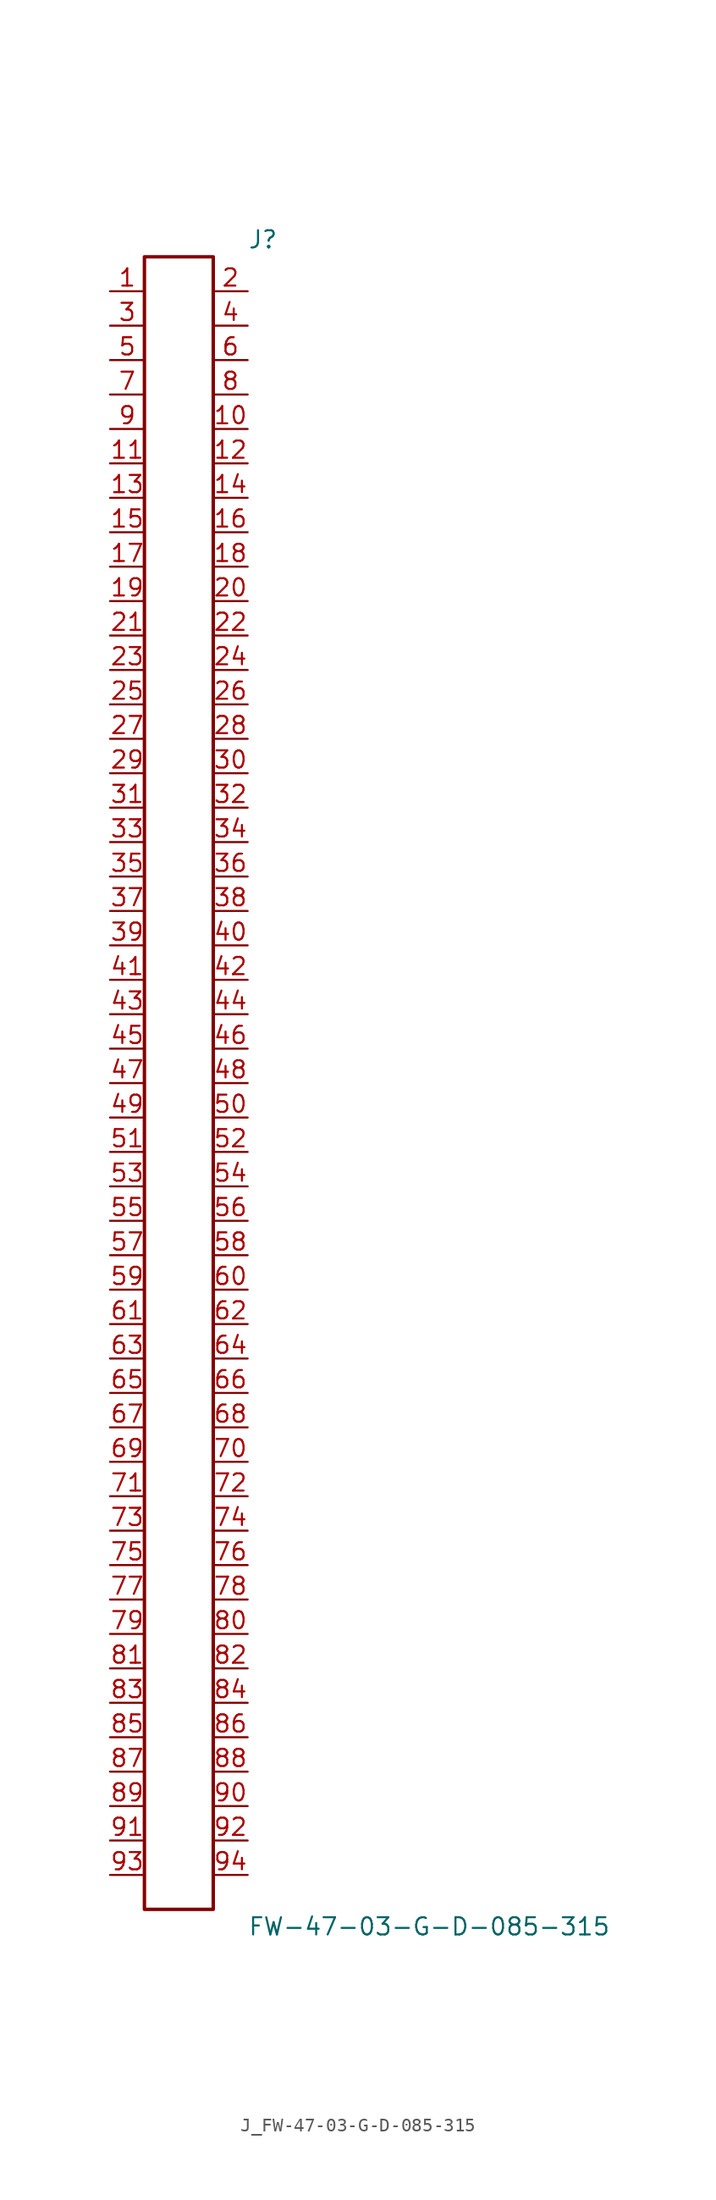
<source format=kicad_sym>
(kicad_symbol_lib
  (version 20231120)
  (generator kicad_symbol_editor)
  (generator_version 8.0)
  (symbol "J_FW-47-03-G-D-085-315"
    (pin_names
      (offset 0.254))
    (property "Reference" "J"
      (at 5.08 62.23 0)
      (effects (font (size 1.27 1.27)) (justify left)))
    (property "Value" "FW-47-03-G-D-085-315"
      (at 5.08 -62.23 0)
      (effects (font (size 1.27 1.27)) (justify left)))
    (symbol "J_FW-47-03-G-D-085-315_0_0"
      (pin unspecified line (at -5.08 58.42 0) (length 2.54) (name "" (effects (font (size 1.27 1.27)))) (number "1" (effects (font (size 1.27 1.27)))))
      (pin unspecified line (at 5.08 58.42 180) (length 2.54) (name "" (effects (font (size 1.27 1.27)))) (number "2" (effects (font (size 1.27 1.27)))))
      (pin unspecified line (at -5.08 55.88 0) (length 2.54) (name "" (effects (font (size 1.27 1.27)))) (number "3" (effects (font (size 1.27 1.27)))))
      (pin unspecified line (at 5.08 55.88 180) (length 2.54) (name "" (effects (font (size 1.27 1.27)))) (number "4" (effects (font (size 1.27 1.27)))))
      (pin unspecified line (at -5.08 53.34 0) (length 2.54) (name "" (effects (font (size 1.27 1.27)))) (number "5" (effects (font (size 1.27 1.27)))))
      (pin unspecified line (at 5.08 53.34 180) (length 2.54) (name "" (effects (font (size 1.27 1.27)))) (number "6" (effects (font (size 1.27 1.27)))))
      (pin unspecified line (at -5.08 50.8 0) (length 2.54) (name "" (effects (font (size 1.27 1.27)))) (number "7" (effects (font (size 1.27 1.27)))))
      (pin unspecified line (at 5.08 50.8 180) (length 2.54) (name "" (effects (font (size 1.27 1.27)))) (number "8" (effects (font (size 1.27 1.27)))))
      (pin unspecified line (at -5.08 48.26 0) (length 2.54) (name "" (effects (font (size 1.27 1.27)))) (number "9" (effects (font (size 1.27 1.27)))))
      (pin unspecified line (at 5.08 48.26 180) (length 2.54) (name "" (effects (font (size 1.27 1.27)))) (number "10" (effects (font (size 1.27 1.27)))))
      (pin unspecified line (at -5.08 45.72 0) (length 2.54) (name "" (effects (font (size 1.27 1.27)))) (number "11" (effects (font (size 1.27 1.27)))))
      (pin unspecified line (at 5.08 45.72 180) (length 2.54) (name "" (effects (font (size 1.27 1.27)))) (number "12" (effects (font (size 1.27 1.27)))))
      (pin unspecified line (at -5.08 43.18 0) (length 2.54) (name "" (effects (font (size 1.27 1.27)))) (number "13" (effects (font (size 1.27 1.27)))))
      (pin unspecified line (at 5.08 43.18 180) (length 2.54) (name "" (effects (font (size 1.27 1.27)))) (number "14" (effects (font (size 1.27 1.27)))))
      (pin unspecified line (at -5.08 40.64 0) (length 2.54) (name "" (effects (font (size 1.27 1.27)))) (number "15" (effects (font (size 1.27 1.27)))))
      (pin unspecified line (at 5.08 40.64 180) (length 2.54) (name "" (effects (font (size 1.27 1.27)))) (number "16" (effects (font (size 1.27 1.27)))))
      (pin unspecified line (at -5.08 38.1 0) (length 2.54) (name "" (effects (font (size 1.27 1.27)))) (number "17" (effects (font (size 1.27 1.27)))))
      (pin unspecified line (at 5.08 38.1 180) (length 2.54) (name "" (effects (font (size 1.27 1.27)))) (number "18" (effects (font (size 1.27 1.27)))))
      (pin unspecified line (at -5.08 35.56 0) (length 2.54) (name "" (effects (font (size 1.27 1.27)))) (number "19" (effects (font (size 1.27 1.27)))))
      (pin unspecified line (at 5.08 35.56 180) (length 2.54) (name "" (effects (font (size 1.27 1.27)))) (number "20" (effects (font (size 1.27 1.27)))))
      (pin unspecified line (at -5.08 33.02 0) (length 2.54) (name "" (effects (font (size 1.27 1.27)))) (number "21" (effects (font (size 1.27 1.27)))))
      (pin unspecified line (at 5.08 33.02 180) (length 2.54) (name "" (effects (font (size 1.27 1.27)))) (number "22" (effects (font (size 1.27 1.27)))))
      (pin unspecified line (at -5.08 30.48 0) (length 2.54) (name "" (effects (font (size 1.27 1.27)))) (number "23" (effects (font (size 1.27 1.27)))))
      (pin unspecified line (at 5.08 30.48 180) (length 2.54) (name "" (effects (font (size 1.27 1.27)))) (number "24" (effects (font (size 1.27 1.27)))))
      (pin unspecified line (at -5.08 27.94 0) (length 2.54) (name "" (effects (font (size 1.27 1.27)))) (number "25" (effects (font (size 1.27 1.27)))))
      (pin unspecified line (at 5.08 27.94 180) (length 2.54) (name "" (effects (font (size 1.27 1.27)))) (number "26" (effects (font (size 1.27 1.27)))))
      (pin unspecified line (at -5.08 25.4 0) (length 2.54) (name "" (effects (font (size 1.27 1.27)))) (number "27" (effects (font (size 1.27 1.27)))))
      (pin unspecified line (at 5.08 25.4 180) (length 2.54) (name "" (effects (font (size 1.27 1.27)))) (number "28" (effects (font (size 1.27 1.27)))))
      (pin unspecified line (at -5.08 22.86 0) (length 2.54) (name "" (effects (font (size 1.27 1.27)))) (number "29" (effects (font (size 1.27 1.27)))))
      (pin unspecified line (at 5.08 22.86 180) (length 2.54) (name "" (effects (font (size 1.27 1.27)))) (number "30" (effects (font (size 1.27 1.27)))))
      (pin unspecified line (at -5.08 20.32 0) (length 2.54) (name "" (effects (font (size 1.27 1.27)))) (number "31" (effects (font (size 1.27 1.27)))))
      (pin unspecified line (at 5.08 20.32 180) (length 2.54) (name "" (effects (font (size 1.27 1.27)))) (number "32" (effects (font (size 1.27 1.27)))))
      (pin unspecified line (at -5.08 17.78 0) (length 2.54) (name "" (effects (font (size 1.27 1.27)))) (number "33" (effects (font (size 1.27 1.27)))))
      (pin unspecified line (at 5.08 17.78 180) (length 2.54) (name "" (effects (font (size 1.27 1.27)))) (number "34" (effects (font (size 1.27 1.27)))))
      (pin unspecified line (at -5.08 15.24 0) (length 2.54) (name "" (effects (font (size 1.27 1.27)))) (number "35" (effects (font (size 1.27 1.27)))))
      (pin unspecified line (at 5.08 15.24 180) (length 2.54) (name "" (effects (font (size 1.27 1.27)))) (number "36" (effects (font (size 1.27 1.27)))))
      (pin unspecified line (at -5.08 12.7 0) (length 2.54) (name "" (effects (font (size 1.27 1.27)))) (number "37" (effects (font (size 1.27 1.27)))))
      (pin unspecified line (at 5.08 12.7 180) (length 2.54) (name "" (effects (font (size 1.27 1.27)))) (number "38" (effects (font (size 1.27 1.27)))))
      (pin unspecified line (at -5.08 10.16 0) (length 2.54) (name "" (effects (font (size 1.27 1.27)))) (number "39" (effects (font (size 1.27 1.27)))))
      (pin unspecified line (at 5.08 10.16 180) (length 2.54) (name "" (effects (font (size 1.27 1.27)))) (number "40" (effects (font (size 1.27 1.27)))))
      (pin unspecified line (at -5.08 7.62 0) (length 2.54) (name "" (effects (font (size 1.27 1.27)))) (number "41" (effects (font (size 1.27 1.27)))))
      (pin unspecified line (at 5.08 7.62 180) (length 2.54) (name "" (effects (font (size 1.27 1.27)))) (number "42" (effects (font (size 1.27 1.27)))))
      (pin unspecified line (at -5.08 5.08 0) (length 2.54) (name "" (effects (font (size 1.27 1.27)))) (number "43" (effects (font (size 1.27 1.27)))))
      (pin unspecified line (at 5.08 5.08 180) (length 2.54) (name "" (effects (font (size 1.27 1.27)))) (number "44" (effects (font (size 1.27 1.27)))))
      (pin unspecified line (at -5.08 2.54 0) (length 2.54) (name "" (effects (font (size 1.27 1.27)))) (number "45" (effects (font (size 1.27 1.27)))))
      (pin unspecified line (at 5.08 2.54 180) (length 2.54) (name "" (effects (font (size 1.27 1.27)))) (number "46" (effects (font (size 1.27 1.27)))))
      (pin unspecified line (at -5.08 0.0 0) (length 2.54) (name "" (effects (font (size 1.27 1.27)))) (number "47" (effects (font (size 1.27 1.27)))))
      (pin unspecified line (at 5.08 0.0 180) (length 2.54) (name "" (effects (font (size 1.27 1.27)))) (number "48" (effects (font (size 1.27 1.27)))))
      (pin unspecified line (at -5.08 -2.54 0) (length 2.54) (name "" (effects (font (size 1.27 1.27)))) (number "49" (effects (font (size 1.27 1.27)))))
      (pin unspecified line (at 5.08 -2.54 180) (length 2.54) (name "" (effects (font (size 1.27 1.27)))) (number "50" (effects (font (size 1.27 1.27)))))
      (pin unspecified line (at -5.08 -5.08 0) (length 2.54) (name "" (effects (font (size 1.27 1.27)))) (number "51" (effects (font (size 1.27 1.27)))))
      (pin unspecified line (at 5.08 -5.08 180) (length 2.54) (name "" (effects (font (size 1.27 1.27)))) (number "52" (effects (font (size 1.27 1.27)))))
      (pin unspecified line (at -5.08 -7.62 0) (length 2.54) (name "" (effects (font (size 1.27 1.27)))) (number "53" (effects (font (size 1.27 1.27)))))
      (pin unspecified line (at 5.08 -7.62 180) (length 2.54) (name "" (effects (font (size 1.27 1.27)))) (number "54" (effects (font (size 1.27 1.27)))))
      (pin unspecified line (at -5.08 -10.16 0) (length 2.54) (name "" (effects (font (size 1.27 1.27)))) (number "55" (effects (font (size 1.27 1.27)))))
      (pin unspecified line (at 5.08 -10.16 180) (length 2.54) (name "" (effects (font (size 1.27 1.27)))) (number "56" (effects (font (size 1.27 1.27)))))
      (pin unspecified line (at -5.08 -12.7 0) (length 2.54) (name "" (effects (font (size 1.27 1.27)))) (number "57" (effects (font (size 1.27 1.27)))))
      (pin unspecified line (at 5.08 -12.7 180) (length 2.54) (name "" (effects (font (size 1.27 1.27)))) (number "58" (effects (font (size 1.27 1.27)))))
      (pin unspecified line (at -5.08 -15.24 0) (length 2.54) (name "" (effects (font (size 1.27 1.27)))) (number "59" (effects (font (size 1.27 1.27)))))
      (pin unspecified line (at 5.08 -15.24 180) (length 2.54) (name "" (effects (font (size 1.27 1.27)))) (number "60" (effects (font (size 1.27 1.27)))))
      (pin unspecified line (at -5.08 -17.78 0) (length 2.54) (name "" (effects (font (size 1.27 1.27)))) (number "61" (effects (font (size 1.27 1.27)))))
      (pin unspecified line (at 5.08 -17.78 180) (length 2.54) (name "" (effects (font (size 1.27 1.27)))) (number "62" (effects (font (size 1.27 1.27)))))
      (pin unspecified line (at -5.08 -20.32 0) (length 2.54) (name "" (effects (font (size 1.27 1.27)))) (number "63" (effects (font (size 1.27 1.27)))))
      (pin unspecified line (at 5.08 -20.32 180) (length 2.54) (name "" (effects (font (size 1.27 1.27)))) (number "64" (effects (font (size 1.27 1.27)))))
      (pin unspecified line (at -5.08 -22.86 0) (length 2.54) (name "" (effects (font (size 1.27 1.27)))) (number "65" (effects (font (size 1.27 1.27)))))
      (pin unspecified line (at 5.08 -22.86 180) (length 2.54) (name "" (effects (font (size 1.27 1.27)))) (number "66" (effects (font (size 1.27 1.27)))))
      (pin unspecified line (at -5.08 -25.4 0) (length 2.54) (name "" (effects (font (size 1.27 1.27)))) (number "67" (effects (font (size 1.27 1.27)))))
      (pin unspecified line (at 5.08 -25.4 180) (length 2.54) (name "" (effects (font (size 1.27 1.27)))) (number "68" (effects (font (size 1.27 1.27)))))
      (pin unspecified line (at -5.08 -27.94 0) (length 2.54) (name "" (effects (font (size 1.27 1.27)))) (number "69" (effects (font (size 1.27 1.27)))))
      (pin unspecified line (at 5.08 -27.94 180) (length 2.54) (name "" (effects (font (size 1.27 1.27)))) (number "70" (effects (font (size 1.27 1.27)))))
      (pin unspecified line (at -5.08 -30.48 0) (length 2.54) (name "" (effects (font (size 1.27 1.27)))) (number "71" (effects (font (size 1.27 1.27)))))
      (pin unspecified line (at 5.08 -30.48 180) (length 2.54) (name "" (effects (font (size 1.27 1.27)))) (number "72" (effects (font (size 1.27 1.27)))))
      (pin unspecified line (at -5.08 -33.02 0) (length 2.54) (name "" (effects (font (size 1.27 1.27)))) (number "73" (effects (font (size 1.27 1.27)))))
      (pin unspecified line (at 5.08 -33.02 180) (length 2.54) (name "" (effects (font (size 1.27 1.27)))) (number "74" (effects (font (size 1.27 1.27)))))
      (pin unspecified line (at -5.08 -35.56 0) (length 2.54) (name "" (effects (font (size 1.27 1.27)))) (number "75" (effects (font (size 1.27 1.27)))))
      (pin unspecified line (at 5.08 -35.56 180) (length 2.54) (name "" (effects (font (size 1.27 1.27)))) (number "76" (effects (font (size 1.27 1.27)))))
      (pin unspecified line (at -5.08 -38.1 0) (length 2.54) (name "" (effects (font (size 1.27 1.27)))) (number "77" (effects (font (size 1.27 1.27)))))
      (pin unspecified line (at 5.08 -38.1 180) (length 2.54) (name "" (effects (font (size 1.27 1.27)))) (number "78" (effects (font (size 1.27 1.27)))))
      (pin unspecified line (at -5.08 -40.64 0) (length 2.54) (name "" (effects (font (size 1.27 1.27)))) (number "79" (effects (font (size 1.27 1.27)))))
      (pin unspecified line (at 5.08 -40.64 180) (length 2.54) (name "" (effects (font (size 1.27 1.27)))) (number "80" (effects (font (size 1.27 1.27)))))
      (pin unspecified line (at -5.08 -43.18 0) (length 2.54) (name "" (effects (font (size 1.27 1.27)))) (number "81" (effects (font (size 1.27 1.27)))))
      (pin unspecified line (at 5.08 -43.18 180) (length 2.54) (name "" (effects (font (size 1.27 1.27)))) (number "82" (effects (font (size 1.27 1.27)))))
      (pin unspecified line (at -5.08 -45.72 0) (length 2.54) (name "" (effects (font (size 1.27 1.27)))) (number "83" (effects (font (size 1.27 1.27)))))
      (pin unspecified line (at 5.08 -45.72 180) (length 2.54) (name "" (effects (font (size 1.27 1.27)))) (number "84" (effects (font (size 1.27 1.27)))))
      (pin unspecified line (at -5.08 -48.26 0) (length 2.54) (name "" (effects (font (size 1.27 1.27)))) (number "85" (effects (font (size 1.27 1.27)))))
      (pin unspecified line (at 5.08 -48.26 180) (length 2.54) (name "" (effects (font (size 1.27 1.27)))) (number "86" (effects (font (size 1.27 1.27)))))
      (pin unspecified line (at -5.08 -50.8 0) (length 2.54) (name "" (effects (font (size 1.27 1.27)))) (number "87" (effects (font (size 1.27 1.27)))))
      (pin unspecified line (at 5.08 -50.8 180) (length 2.54) (name "" (effects (font (size 1.27 1.27)))) (number "88" (effects (font (size 1.27 1.27)))))
      (pin unspecified line (at -5.08 -53.34 0) (length 2.54) (name "" (effects (font (size 1.27 1.27)))) (number "89" (effects (font (size 1.27 1.27)))))
      (pin unspecified line (at 5.08 -53.34 180) (length 2.54) (name "" (effects (font (size 1.27 1.27)))) (number "90" (effects (font (size 1.27 1.27)))))
      (pin unspecified line (at -5.08 -55.88 0) (length 2.54) (name "" (effects (font (size 1.27 1.27)))) (number "91" (effects (font (size 1.27 1.27)))))
      (pin unspecified line (at 5.08 -55.88 180) (length 2.54) (name "" (effects (font (size 1.27 1.27)))) (number "92" (effects (font (size 1.27 1.27)))))
      (pin unspecified line (at -5.08 -58.42 0) (length 2.54) (name "" (effects (font (size 1.27 1.27)))) (number "93" (effects (font (size 1.27 1.27)))))
      (pin unspecified line (at 5.08 -58.42 180) (length 2.54) (name "" (effects (font (size 1.27 1.27)))) (number "94" (effects (font (size 1.27 1.27))))))
    (symbol "J_FW-47-03-G-D-085-315_1_0"
      (rectangle (start -2.54 60.96) (end 2.54 -60.96) (stroke (width 0.254) (type solid)) (fill (type none))))))
</source>
